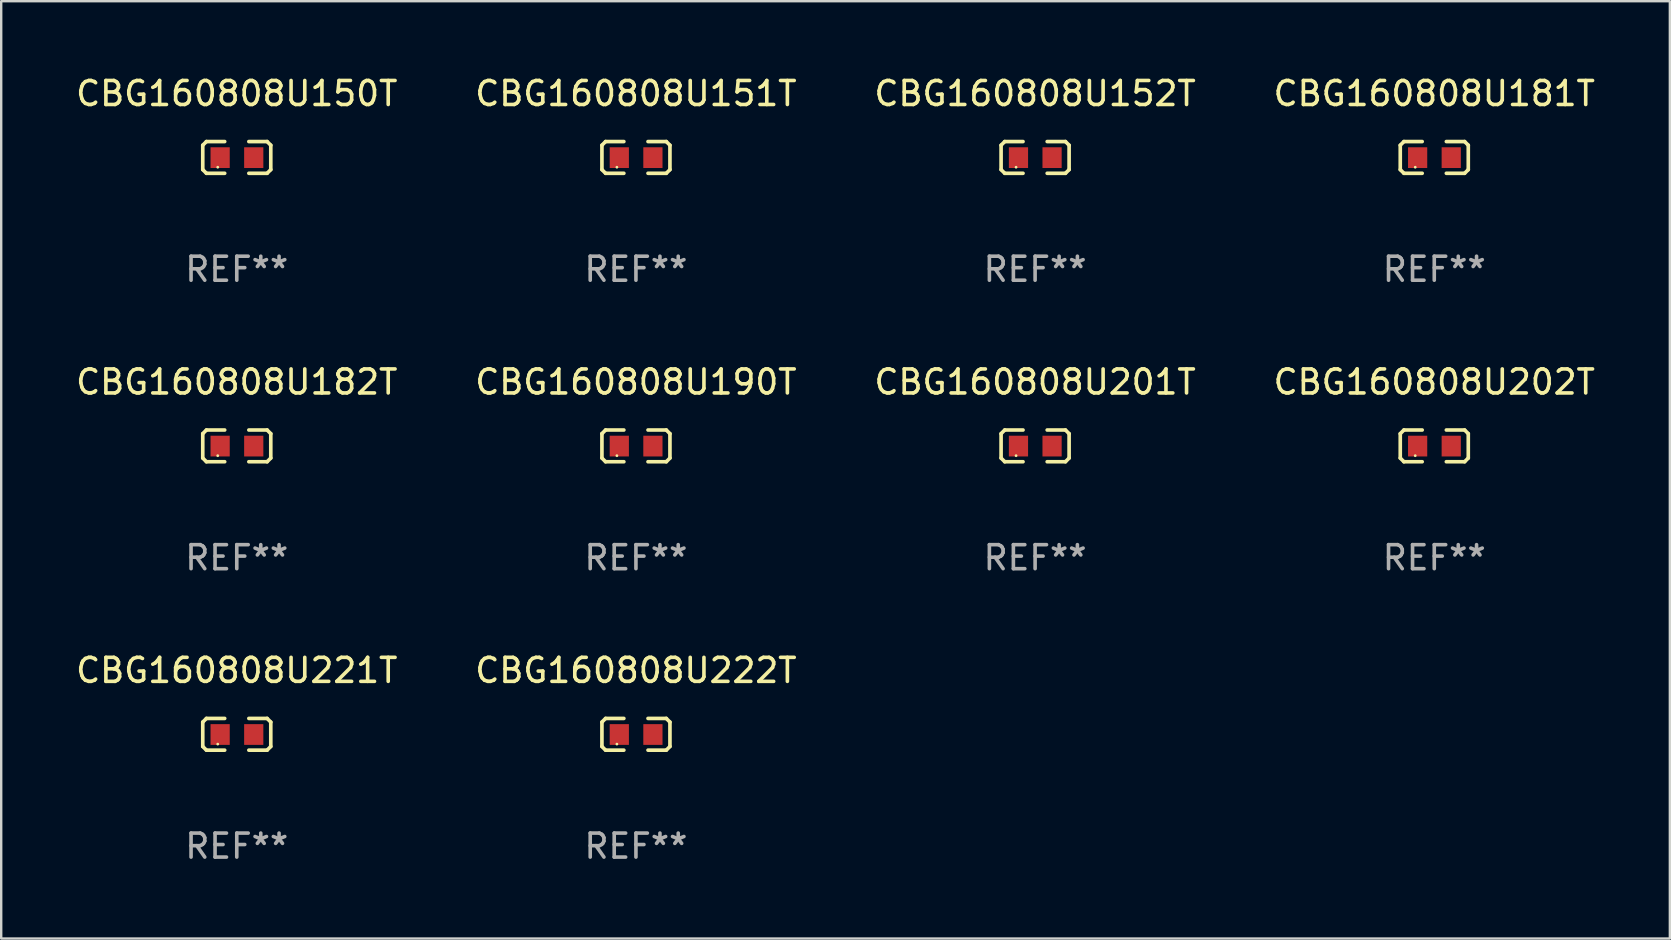
<source format=kicad_pcb>
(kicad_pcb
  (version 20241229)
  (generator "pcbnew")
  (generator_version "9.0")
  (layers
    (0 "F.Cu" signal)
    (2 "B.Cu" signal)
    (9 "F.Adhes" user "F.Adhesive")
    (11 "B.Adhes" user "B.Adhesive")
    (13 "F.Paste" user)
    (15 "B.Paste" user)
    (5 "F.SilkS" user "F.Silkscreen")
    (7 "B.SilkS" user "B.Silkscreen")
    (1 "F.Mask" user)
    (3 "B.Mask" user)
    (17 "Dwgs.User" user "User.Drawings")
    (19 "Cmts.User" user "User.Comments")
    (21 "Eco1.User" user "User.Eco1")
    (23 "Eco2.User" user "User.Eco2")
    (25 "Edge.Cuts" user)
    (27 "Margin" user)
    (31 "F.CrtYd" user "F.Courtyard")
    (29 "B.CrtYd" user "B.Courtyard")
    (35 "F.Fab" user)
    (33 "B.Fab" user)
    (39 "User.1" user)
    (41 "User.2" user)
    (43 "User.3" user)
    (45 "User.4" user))
  (footprint "CBG160808U182T"
    (layer "F.Cu")
    (at 6.815 15.527)
    (property "Reference" "CBG160808U182T" (at 0 -2.661 0) (layer "F.SilkS") (effects (font (size 1 1) (thickness 0.15))))
    (attr through_hole)
    (fp_line (start -1.417 -0.508) (end -1.265 -0.661) (stroke (width 0.152) (type solid)) (layer "F.SilkS"))
    (fp_line (start -1.417 0.508) (end -1.417 -0.508) (stroke (width 0.152) (type solid)) (layer "F.SilkS"))
    (fp_line (start -1.265 -0.661) (end -0.503 -0.661) (stroke (width 0.152) (type solid)) (layer "F.SilkS"))
    (fp_line (start -1.265 0.661) (end -1.417 0.508) (stroke (width 0.152) (type solid)) (layer "F.SilkS"))
    (fp_line (start -1.265 0.661) (end -0.503 0.661) (stroke (width 0.152) (type solid)) (layer "F.SilkS"))
    (fp_line (start 1.265 -0.661) (end 0.503 -0.661) (stroke (width 0.152) (type solid)) (layer "F.SilkS"))
    (fp_line (start 1.265 -0.661) (end 1.417 -0.508) (stroke (width 0.152) (type solid)) (layer "F.SilkS"))
    (fp_line (start 1.265 0.661) (end 0.503 0.661) (stroke (width 0.152) (type solid)) (layer "F.SilkS"))
    (fp_line (start 1.417 -0.508) (end 1.417 0.508) (stroke (width 0.152) (type solid)) (layer "F.SilkS"))
    (fp_line (start 1.417 0.508) (end 1.265 0.661) (stroke (width 0.152) (type solid)) (layer "F.SilkS"))
    (fp_circle (center -0.793 0.409) (end -0.763 0.409) (stroke (width 0.06) (type solid)) (fill no) (layer "F.SilkS"))
    (fp_text user "REF**" (at 0 4.661 0) (layer "F.Fab") (effects (font (size 1 1) (thickness 0.15))))
    (pad "1" smd rect (at -0.693 0.009 180) (size 0.8 0.864) (layers "F.Cu" "F.Mask" "F.Paste"))
    (pad "2" smd rect (at 0.707 0.009 180) (size 0.8 0.864) (layers "F.Cu" "F.Mask" "F.Paste")))
  (footprint "CBG160808U221T"
    (layer "F.Cu")
    (at 6.815 27.544)
    (property "Reference" "CBG160808U221T" (at 0 -2.661 0) (layer "F.SilkS") (effects (font (size 1 1) (thickness 0.15))))
    (attr through_hole)
    (fp_line (start -1.417 -0.508) (end -1.265 -0.661) (stroke (width 0.152) (type solid)) (layer "F.SilkS"))
    (fp_line (start -1.417 0.508) (end -1.417 -0.508) (stroke (width 0.152) (type solid)) (layer "F.SilkS"))
    (fp_line (start -1.265 -0.661) (end -0.503 -0.661) (stroke (width 0.152) (type solid)) (layer "F.SilkS"))
    (fp_line (start -1.265 0.661) (end -1.417 0.508) (stroke (width 0.152) (type solid)) (layer "F.SilkS"))
    (fp_line (start -1.265 0.661) (end -0.503 0.661) (stroke (width 0.152) (type solid)) (layer "F.SilkS"))
    (fp_line (start 1.265 -0.661) (end 0.503 -0.661) (stroke (width 0.152) (type solid)) (layer "F.SilkS"))
    (fp_line (start 1.265 -0.661) (end 1.417 -0.508) (stroke (width 0.152) (type solid)) (layer "F.SilkS"))
    (fp_line (start 1.265 0.661) (end 0.503 0.661) (stroke (width 0.152) (type solid)) (layer "F.SilkS"))
    (fp_line (start 1.417 -0.508) (end 1.417 0.508) (stroke (width 0.152) (type solid)) (layer "F.SilkS"))
    (fp_line (start 1.417 0.508) (end 1.265 0.661) (stroke (width 0.152) (type solid)) (layer "F.SilkS"))
    (fp_circle (center -0.793 0.409) (end -0.763 0.409) (stroke (width 0.06) (type solid)) (fill no) (layer "F.SilkS"))
    (fp_text user "REF**" (at 0 4.661 0) (layer "F.Fab") (effects (font (size 1 1) (thickness 0.15))))
    (pad "1" smd rect (at -0.693 0.009 180) (size 0.8 0.864) (layers "F.Cu" "F.Mask" "F.Paste"))
    (pad "2" smd rect (at 0.707 0.009 180) (size 0.8 0.864) (layers "F.Cu" "F.Mask" "F.Paste")))
  (footprint "CBG160808U190T"
    (layer "F.Cu")
    (at 23.446 15.527)
    (property "Reference" "CBG160808U190T" (at 0 -2.661 0) (layer "F.SilkS") (effects (font (size 1 1) (thickness 0.15))))
    (attr through_hole)
    (fp_line (start -1.417 -0.508) (end -1.265 -0.661) (stroke (width 0.152) (type solid)) (layer "F.SilkS"))
    (fp_line (start -1.417 0.508) (end -1.417 -0.508) (stroke (width 0.152) (type solid)) (layer "F.SilkS"))
    (fp_line (start -1.265 -0.661) (end -0.503 -0.661) (stroke (width 0.152) (type solid)) (layer "F.SilkS"))
    (fp_line (start -1.265 0.661) (end -1.417 0.508) (stroke (width 0.152) (type solid)) (layer "F.SilkS"))
    (fp_line (start -1.265 0.661) (end -0.503 0.661) (stroke (width 0.152) (type solid)) (layer "F.SilkS"))
    (fp_line (start 1.265 -0.661) (end 0.503 -0.661) (stroke (width 0.152) (type solid)) (layer "F.SilkS"))
    (fp_line (start 1.265 -0.661) (end 1.417 -0.508) (stroke (width 0.152) (type solid)) (layer "F.SilkS"))
    (fp_line (start 1.265 0.661) (end 0.503 0.661) (stroke (width 0.152) (type solid)) (layer "F.SilkS"))
    (fp_line (start 1.417 -0.508) (end 1.417 0.508) (stroke (width 0.152) (type solid)) (layer "F.SilkS"))
    (fp_line (start 1.417 0.508) (end 1.265 0.661) (stroke (width 0.152) (type solid)) (layer "F.SilkS"))
    (fp_circle (center -0.793 0.409) (end -0.763 0.409) (stroke (width 0.06) (type solid)) (fill no) (layer "F.SilkS"))
    (fp_text user "REF**" (at 0 4.661 0) (layer "F.Fab") (effects (font (size 1 1) (thickness 0.15))))
    (pad "1" smd rect (at -0.693 0.009 180) (size 0.8 0.864) (layers "F.Cu" "F.Mask" "F.Paste"))
    (pad "2" smd rect (at 0.707 0.009 180) (size 0.8 0.864) (layers "F.Cu" "F.Mask" "F.Paste")))
  (footprint "CBG160808U152T"
    (layer "F.Cu")
    (at 40.077 3.509)
    (property "Reference" "CBG160808U152T" (at 0 -2.661 0) (layer "F.SilkS") (effects (font (size 1 1) (thickness 0.15))))
    (attr through_hole)
    (fp_line (start -1.417 -0.508) (end -1.265 -0.661) (stroke (width 0.152) (type solid)) (layer "F.SilkS"))
    (fp_line (start -1.417 0.508) (end -1.417 -0.508) (stroke (width 0.152) (type solid)) (layer "F.SilkS"))
    (fp_line (start -1.265 -0.661) (end -0.503 -0.661) (stroke (width 0.152) (type solid)) (layer "F.SilkS"))
    (fp_line (start -1.265 0.661) (end -1.417 0.508) (stroke (width 0.152) (type solid)) (layer "F.SilkS"))
    (fp_line (start -1.265 0.661) (end -0.503 0.661) (stroke (width 0.152) (type solid)) (layer "F.SilkS"))
    (fp_line (start 1.265 -0.661) (end 0.503 -0.661) (stroke (width 0.152) (type solid)) (layer "F.SilkS"))
    (fp_line (start 1.265 -0.661) (end 1.417 -0.508) (stroke (width 0.152) (type solid)) (layer "F.SilkS"))
    (fp_line (start 1.265 0.661) (end 0.503 0.661) (stroke (width 0.152) (type solid)) (layer "F.SilkS"))
    (fp_line (start 1.417 -0.508) (end 1.417 0.508) (stroke (width 0.152) (type solid)) (layer "F.SilkS"))
    (fp_line (start 1.417 0.508) (end 1.265 0.661) (stroke (width 0.152) (type solid)) (layer "F.SilkS"))
    (fp_circle (center -0.793 0.409) (end -0.763 0.409) (stroke (width 0.06) (type solid)) (fill no) (layer "F.SilkS"))
    (fp_text user "REF**" (at 0 4.661 0) (layer "F.Fab") (effects (font (size 1 1) (thickness 0.15))))
    (pad "1" smd rect (at -0.693 0.009 180) (size 0.8 0.864) (layers "F.Cu" "F.Mask" "F.Paste"))
    (pad "2" smd rect (at 0.707 0.009 180) (size 0.8 0.864) (layers "F.Cu" "F.Mask" "F.Paste")))
  (footprint "CBG160808U181T"
    (layer "F.Cu")
    (at 56.708 3.509)
    (property "Reference" "CBG160808U181T" (at 0 -2.661 0) (layer "F.SilkS") (effects (font (size 1 1) (thickness 0.15))))
    (attr through_hole)
    (fp_line (start -1.417 -0.508) (end -1.265 -0.661) (stroke (width 0.152) (type solid)) (layer "F.SilkS"))
    (fp_line (start -1.417 0.508) (end -1.417 -0.508) (stroke (width 0.152) (type solid)) (layer "F.SilkS"))
    (fp_line (start -1.265 -0.661) (end -0.503 -0.661) (stroke (width 0.152) (type solid)) (layer "F.SilkS"))
    (fp_line (start -1.265 0.661) (end -1.417 0.508) (stroke (width 0.152) (type solid)) (layer "F.SilkS"))
    (fp_line (start -1.265 0.661) (end -0.503 0.661) (stroke (width 0.152) (type solid)) (layer "F.SilkS"))
    (fp_line (start 1.265 -0.661) (end 0.503 -0.661) (stroke (width 0.152) (type solid)) (layer "F.SilkS"))
    (fp_line (start 1.265 -0.661) (end 1.417 -0.508) (stroke (width 0.152) (type solid)) (layer "F.SilkS"))
    (fp_line (start 1.265 0.661) (end 0.503 0.661) (stroke (width 0.152) (type solid)) (layer "F.SilkS"))
    (fp_line (start 1.417 -0.508) (end 1.417 0.508) (stroke (width 0.152) (type solid)) (layer "F.SilkS"))
    (fp_line (start 1.417 0.508) (end 1.265 0.661) (stroke (width 0.152) (type solid)) (layer "F.SilkS"))
    (fp_circle (center -0.793 0.409) (end -0.763 0.409) (stroke (width 0.06) (type solid)) (fill no) (layer "F.SilkS"))
    (fp_text user "REF**" (at 0 4.661 0) (layer "F.Fab") (effects (font (size 1 1) (thickness 0.15))))
    (pad "1" smd rect (at -0.693 0.009 180) (size 0.8 0.864) (layers "F.Cu" "F.Mask" "F.Paste"))
    (pad "2" smd rect (at 0.707 0.009 180) (size 0.8 0.864) (layers "F.Cu" "F.Mask" "F.Paste")))
  (footprint "CBG160808U222T"
    (layer "F.Cu")
    (at 23.446 27.544)
    (property "Reference" "CBG160808U222T" (at 0 -2.661 0) (layer "F.SilkS") (effects (font (size 1 1) (thickness 0.15))))
    (attr through_hole)
    (fp_line (start -1.417 -0.508) (end -1.265 -0.661) (stroke (width 0.152) (type solid)) (layer "F.SilkS"))
    (fp_line (start -1.417 0.508) (end -1.417 -0.508) (stroke (width 0.152) (type solid)) (layer "F.SilkS"))
    (fp_line (start -1.265 -0.661) (end -0.503 -0.661) (stroke (width 0.152) (type solid)) (layer "F.SilkS"))
    (fp_line (start -1.265 0.661) (end -1.417 0.508) (stroke (width 0.152) (type solid)) (layer "F.SilkS"))
    (fp_line (start -1.265 0.661) (end -0.503 0.661) (stroke (width 0.152) (type solid)) (layer "F.SilkS"))
    (fp_line (start 1.265 -0.661) (end 0.503 -0.661) (stroke (width 0.152) (type solid)) (layer "F.SilkS"))
    (fp_line (start 1.265 -0.661) (end 1.417 -0.508) (stroke (width 0.152) (type solid)) (layer "F.SilkS"))
    (fp_line (start 1.265 0.661) (end 0.503 0.661) (stroke (width 0.152) (type solid)) (layer "F.SilkS"))
    (fp_line (start 1.417 -0.508) (end 1.417 0.508) (stroke (width 0.152) (type solid)) (layer "F.SilkS"))
    (fp_line (start 1.417 0.508) (end 1.265 0.661) (stroke (width 0.152) (type solid)) (layer "F.SilkS"))
    (fp_circle (center -0.793 0.409) (end -0.763 0.409) (stroke (width 0.06) (type solid)) (fill no) (layer "F.SilkS"))
    (fp_text user "REF**" (at 0 4.661 0) (layer "F.Fab") (effects (font (size 1 1) (thickness 0.15))))
    (pad "1" smd rect (at -0.693 0.009 180) (size 0.8 0.864) (layers "F.Cu" "F.Mask" "F.Paste"))
    (pad "2" smd rect (at 0.707 0.009 180) (size 0.8 0.864) (layers "F.Cu" "F.Mask" "F.Paste")))
  (footprint "CBG160808U201T"
    (layer "F.Cu")
    (at 40.077 15.527)
    (property "Reference" "CBG160808U201T" (at 0 -2.661 0) (layer "F.SilkS") (effects (font (size 1 1) (thickness 0.15))))
    (attr through_hole)
    (fp_line (start -1.417 -0.508) (end -1.265 -0.661) (stroke (width 0.152) (type solid)) (layer "F.SilkS"))
    (fp_line (start -1.417 0.508) (end -1.417 -0.508) (stroke (width 0.152) (type solid)) (layer "F.SilkS"))
    (fp_line (start -1.265 -0.661) (end -0.503 -0.661) (stroke (width 0.152) (type solid)) (layer "F.SilkS"))
    (fp_line (start -1.265 0.661) (end -1.417 0.508) (stroke (width 0.152) (type solid)) (layer "F.SilkS"))
    (fp_line (start -1.265 0.661) (end -0.503 0.661) (stroke (width 0.152) (type solid)) (layer "F.SilkS"))
    (fp_line (start 1.265 -0.661) (end 0.503 -0.661) (stroke (width 0.152) (type solid)) (layer "F.SilkS"))
    (fp_line (start 1.265 -0.661) (end 1.417 -0.508) (stroke (width 0.152) (type solid)) (layer "F.SilkS"))
    (fp_line (start 1.265 0.661) (end 0.503 0.661) (stroke (width 0.152) (type solid)) (layer "F.SilkS"))
    (fp_line (start 1.417 -0.508) (end 1.417 0.508) (stroke (width 0.152) (type solid)) (layer "F.SilkS"))
    (fp_line (start 1.417 0.508) (end 1.265 0.661) (stroke (width 0.152) (type solid)) (layer "F.SilkS"))
    (fp_circle (center -0.793 0.409) (end -0.763 0.409) (stroke (width 0.06) (type solid)) (fill no) (layer "F.SilkS"))
    (fp_text user "REF**" (at 0 4.661 0) (layer "F.Fab") (effects (font (size 1 1) (thickness 0.15))))
    (pad "1" smd rect (at -0.693 0.009 180) (size 0.8 0.864) (layers "F.Cu" "F.Mask" "F.Paste"))
    (pad "2" smd rect (at 0.707 0.009 180) (size 0.8 0.864) (layers "F.Cu" "F.Mask" "F.Paste")))
  (footprint "CBG160808U150T"
    (layer "F.Cu")
    (at 6.815 3.509)
    (property "Reference" "CBG160808U150T" (at 0 -2.661 0) (layer "F.SilkS") (effects (font (size 1 1) (thickness 0.15))))
    (attr through_hole)
    (fp_line (start -1.417 -0.508) (end -1.265 -0.661) (stroke (width 0.152) (type solid)) (layer "F.SilkS"))
    (fp_line (start -1.417 0.508) (end -1.417 -0.508) (stroke (width 0.152) (type solid)) (layer "F.SilkS"))
    (fp_line (start -1.265 -0.661) (end -0.503 -0.661) (stroke (width 0.152) (type solid)) (layer "F.SilkS"))
    (fp_line (start -1.265 0.661) (end -1.417 0.508) (stroke (width 0.152) (type solid)) (layer "F.SilkS"))
    (fp_line (start -1.265 0.661) (end -0.503 0.661) (stroke (width 0.152) (type solid)) (layer "F.SilkS"))
    (fp_line (start 1.265 -0.661) (end 0.503 -0.661) (stroke (width 0.152) (type solid)) (layer "F.SilkS"))
    (fp_line (start 1.265 -0.661) (end 1.417 -0.508) (stroke (width 0.152) (type solid)) (layer "F.SilkS"))
    (fp_line (start 1.265 0.661) (end 0.503 0.661) (stroke (width 0.152) (type solid)) (layer "F.SilkS"))
    (fp_line (start 1.417 -0.508) (end 1.417 0.508) (stroke (width 0.152) (type solid)) (layer "F.SilkS"))
    (fp_line (start 1.417 0.508) (end 1.265 0.661) (stroke (width 0.152) (type solid)) (layer "F.SilkS"))
    (fp_circle (center -0.793 0.409) (end -0.763 0.409) (stroke (width 0.06) (type solid)) (fill no) (layer "F.SilkS"))
    (fp_text user "REF**" (at 0 4.661 0) (layer "F.Fab") (effects (font (size 1 1) (thickness 0.15))))
    (pad "1" smd rect (at -0.693 0.009 180) (size 0.8 0.864) (layers "F.Cu" "F.Mask" "F.Paste"))
    (pad "2" smd rect (at 0.707 0.009 180) (size 0.8 0.864) (layers "F.Cu" "F.Mask" "F.Paste")))
  (footprint "CBG160808U151T"
    (layer "F.Cu")
    (at 23.446 3.509)
    (property "Reference" "CBG160808U151T" (at 0 -2.661 0) (layer "F.SilkS") (effects (font (size 1 1) (thickness 0.15))))
    (attr through_hole)
    (fp_line (start -1.417 -0.508) (end -1.265 -0.661) (stroke (width 0.152) (type solid)) (layer "F.SilkS"))
    (fp_line (start -1.417 0.508) (end -1.417 -0.508) (stroke (width 0.152) (type solid)) (layer "F.SilkS"))
    (fp_line (start -1.265 -0.661) (end -0.503 -0.661) (stroke (width 0.152) (type solid)) (layer "F.SilkS"))
    (fp_line (start -1.265 0.661) (end -1.417 0.508) (stroke (width 0.152) (type solid)) (layer "F.SilkS"))
    (fp_line (start -1.265 0.661) (end -0.503 0.661) (stroke (width 0.152) (type solid)) (layer "F.SilkS"))
    (fp_line (start 1.265 -0.661) (end 0.503 -0.661) (stroke (width 0.152) (type solid)) (layer "F.SilkS"))
    (fp_line (start 1.265 -0.661) (end 1.417 -0.508) (stroke (width 0.152) (type solid)) (layer "F.SilkS"))
    (fp_line (start 1.265 0.661) (end 0.503 0.661) (stroke (width 0.152) (type solid)) (layer "F.SilkS"))
    (fp_line (start 1.417 -0.508) (end 1.417 0.508) (stroke (width 0.152) (type solid)) (layer "F.SilkS"))
    (fp_line (start 1.417 0.508) (end 1.265 0.661) (stroke (width 0.152) (type solid)) (layer "F.SilkS"))
    (fp_circle (center -0.793 0.409) (end -0.763 0.409) (stroke (width 0.06) (type solid)) (fill no) (layer "F.SilkS"))
    (fp_text user "REF**" (at 0 4.661 0) (layer "F.Fab") (effects (font (size 1 1) (thickness 0.15))))
    (pad "1" smd rect (at -0.693 0.009 180) (size 0.8 0.864) (layers "F.Cu" "F.Mask" "F.Paste"))
    (pad "2" smd rect (at 0.707 0.009 180) (size 0.8 0.864) (layers "F.Cu" "F.Mask" "F.Paste")))
  (footprint "CBG160808U202T"
    (layer "F.Cu")
    (at 56.708 15.527)
    (property "Reference" "CBG160808U202T" (at 0 -2.661 0) (layer "F.SilkS") (effects (font (size 1 1) (thickness 0.15))))
    (attr through_hole)
    (fp_line (start -1.417 -0.508) (end -1.265 -0.661) (stroke (width 0.152) (type solid)) (layer "F.SilkS"))
    (fp_line (start -1.417 0.508) (end -1.417 -0.508) (stroke (width 0.152) (type solid)) (layer "F.SilkS"))
    (fp_line (start -1.265 -0.661) (end -0.503 -0.661) (stroke (width 0.152) (type solid)) (layer "F.SilkS"))
    (fp_line (start -1.265 0.661) (end -1.417 0.508) (stroke (width 0.152) (type solid)) (layer "F.SilkS"))
    (fp_line (start -1.265 0.661) (end -0.503 0.661) (stroke (width 0.152) (type solid)) (layer "F.SilkS"))
    (fp_line (start 1.265 -0.661) (end 0.503 -0.661) (stroke (width 0.152) (type solid)) (layer "F.SilkS"))
    (fp_line (start 1.265 -0.661) (end 1.417 -0.508) (stroke (width 0.152) (type solid)) (layer "F.SilkS"))
    (fp_line (start 1.265 0.661) (end 0.503 0.661) (stroke (width 0.152) (type solid)) (layer "F.SilkS"))
    (fp_line (start 1.417 -0.508) (end 1.417 0.508) (stroke (width 0.152) (type solid)) (layer "F.SilkS"))
    (fp_line (start 1.417 0.508) (end 1.265 0.661) (stroke (width 0.152) (type solid)) (layer "F.SilkS"))
    (fp_circle (center -0.793 0.409) (end -0.763 0.409) (stroke (width 0.06) (type solid)) (fill no) (layer "F.SilkS"))
    (fp_text user "REF**" (at 0 4.661 0) (layer "F.Fab") (effects (font (size 1 1) (thickness 0.15))))
    (pad "1" smd rect (at -0.693 0.009 180) (size 0.8 0.864) (layers "F.Cu" "F.Mask" "F.Paste"))
    (pad "2" smd rect (at 0.707 0.009 180) (size 0.8 0.864) (layers "F.Cu" "F.Mask" "F.Paste")))
  (gr_rect
    (start -3 -3)
    (end 66.524 36.053)
    (stroke (width 0.1) (type default))
    (fill no)
    (layer "Edge.Cuts")))
</source>
